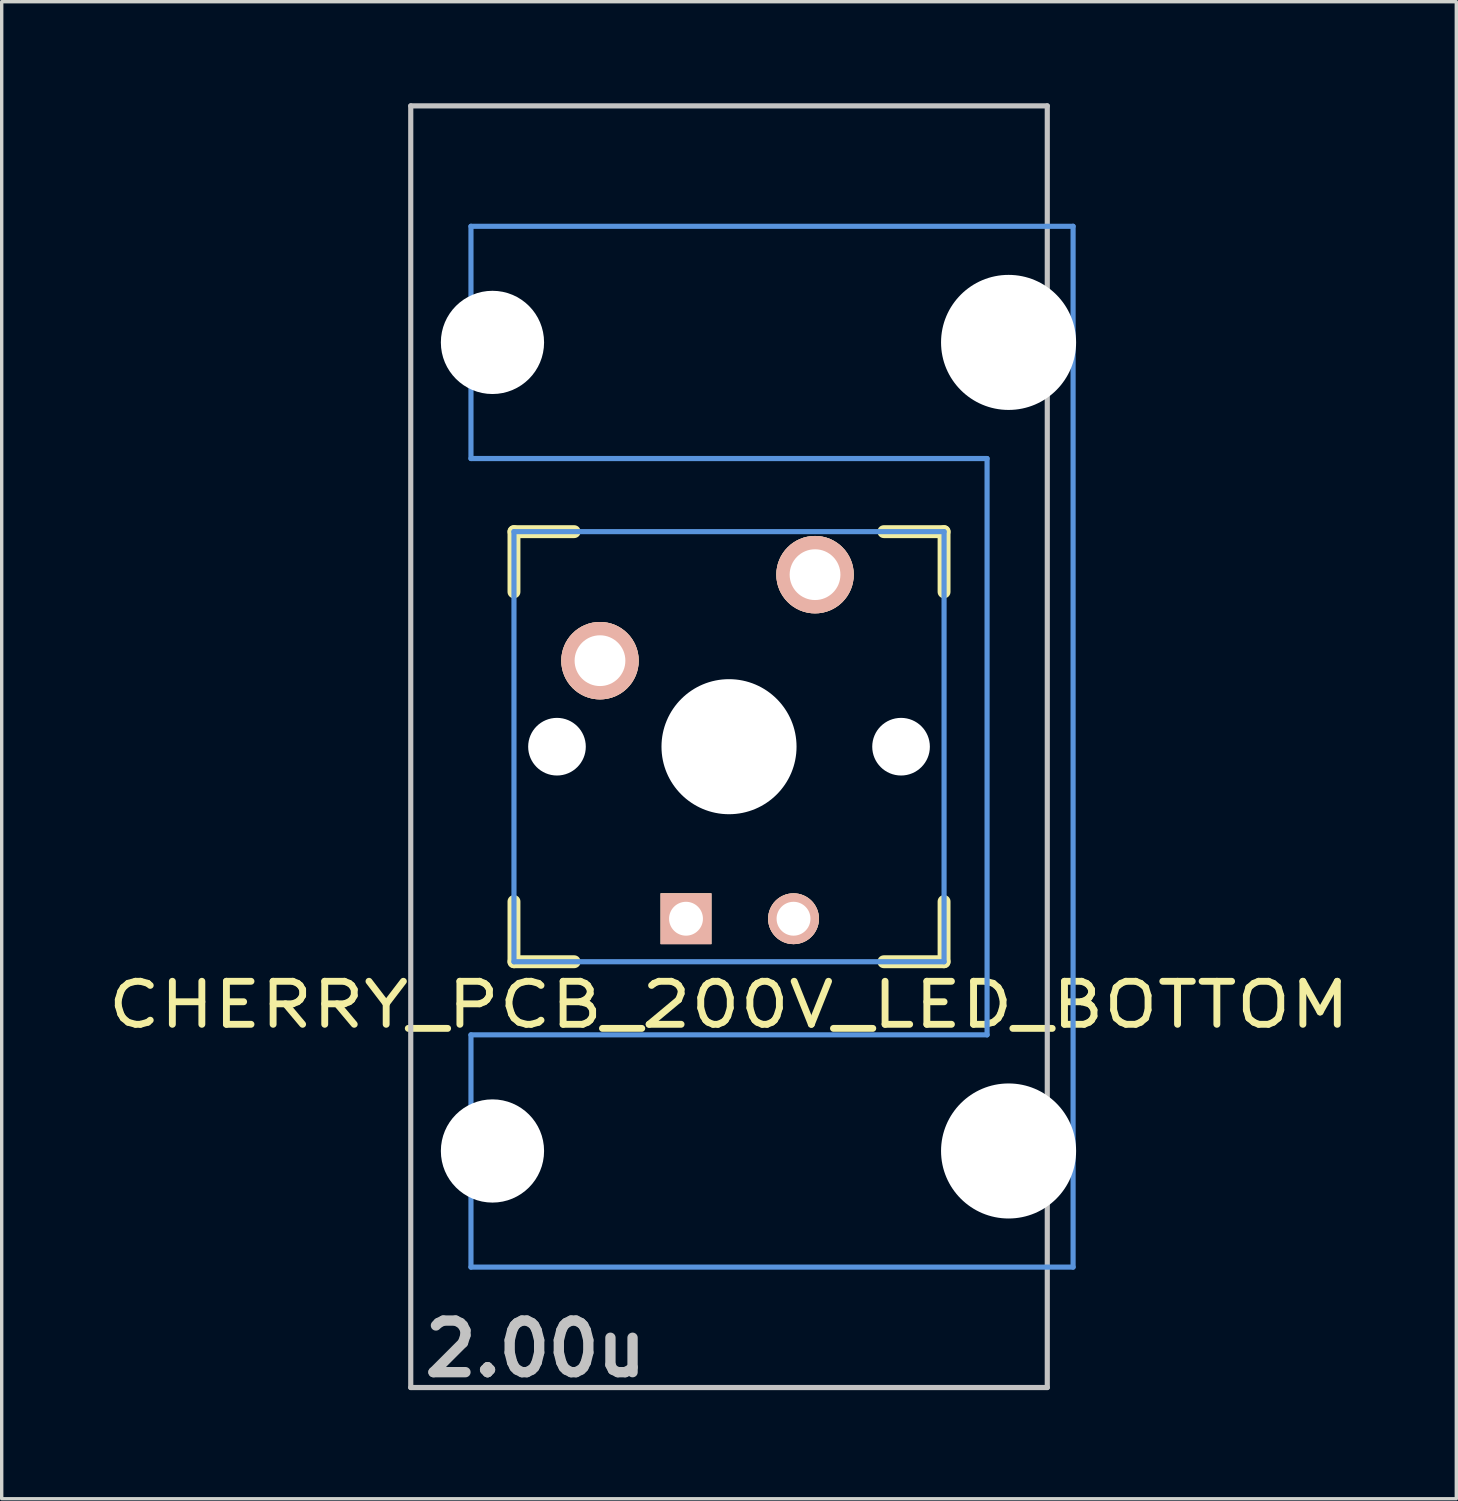
<source format=kicad_pcb>
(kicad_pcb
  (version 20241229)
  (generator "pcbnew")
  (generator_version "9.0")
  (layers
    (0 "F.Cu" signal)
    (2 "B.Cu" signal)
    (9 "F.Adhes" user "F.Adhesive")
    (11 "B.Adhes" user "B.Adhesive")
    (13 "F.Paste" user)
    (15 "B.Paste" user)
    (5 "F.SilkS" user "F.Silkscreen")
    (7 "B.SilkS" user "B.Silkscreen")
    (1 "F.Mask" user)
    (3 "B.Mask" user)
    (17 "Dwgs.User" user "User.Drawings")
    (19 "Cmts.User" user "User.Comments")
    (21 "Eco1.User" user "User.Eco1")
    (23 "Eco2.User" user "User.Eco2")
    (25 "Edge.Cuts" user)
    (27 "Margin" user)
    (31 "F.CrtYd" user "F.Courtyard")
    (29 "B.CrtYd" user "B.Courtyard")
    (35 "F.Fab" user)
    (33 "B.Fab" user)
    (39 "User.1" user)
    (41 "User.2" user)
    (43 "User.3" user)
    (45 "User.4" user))
  (footprint "CHERRY_PCB_200V_LED_BOTTOM"
    (layer "F.Cu")
    (at 18.477 18.999)
    (property "Reference" "CHERRY_PCB_200V_LED_BOTTOM" (at 0 7.62 180) (layer "F.SilkS") (effects (font (size 1.27 1.524) (thickness 0.203))))
    (attr through_hole)
    (fp_line (start -6.35 -6.35) (end -4.572 -6.35) (stroke (width 0.381) (type solid)) (layer "F.SilkS"))
    (fp_line (start -6.35 -4.572) (end -6.35 -6.35) (stroke (width 0.381) (type solid)) (layer "F.SilkS"))
    (fp_line (start -6.35 6.35) (end -6.35 4.572) (stroke (width 0.381) (type solid)) (layer "F.SilkS"))
    (fp_line (start -4.572 6.35) (end -6.35 6.35) (stroke (width 0.381) (type solid)) (layer "F.SilkS"))
    (fp_line (start 4.572 -6.35) (end 6.35 -6.35) (stroke (width 0.381) (type solid)) (layer "F.SilkS"))
    (fp_line (start 6.35 -6.35) (end 6.35 -4.572) (stroke (width 0.381) (type solid)) (layer "F.SilkS"))
    (fp_line (start 6.35 4.572) (end 6.35 6.35) (stroke (width 0.381) (type solid)) (layer "F.SilkS"))
    (fp_line (start 6.35 6.35) (end 4.572 6.35) (stroke (width 0.381) (type solid)) (layer "F.SilkS"))
    (fp_line (start -9.398 -18.923) (end 9.398 -18.923) (stroke (width 0.152) (type solid)) (layer "Dwgs.User"))
    (fp_line (start -9.398 18.923) (end -9.398 -18.923) (stroke (width 0.152) (type solid)) (layer "Dwgs.User"))
    (fp_line (start 9.398 -18.923) (end 9.398 18.923) (stroke (width 0.152) (type solid)) (layer "Dwgs.User"))
    (fp_line (start 9.398 18.923) (end -9.398 18.923) (stroke (width 0.152) (type solid)) (layer "Dwgs.User"))
    (fp_line (start -7.62 -15.367) (end -7.62 -8.509) (stroke (width 0.152) (type solid)) (layer "Cmts.User"))
    (fp_line (start -7.62 -8.509) (end 7.62 -8.509) (stroke (width 0.152) (type solid)) (layer "Cmts.User"))
    (fp_line (start -7.62 8.509) (end -7.62 15.367) (stroke (width 0.152) (type solid)) (layer "Cmts.User"))
    (fp_line (start -7.62 15.367) (end 10.16 15.367) (stroke (width 0.152) (type solid)) (layer "Cmts.User"))
    (fp_line (start -6.35 -6.35) (end 6.35 -6.35) (stroke (width 0.152) (type solid)) (layer "Cmts.User"))
    (fp_line (start -6.35 6.35) (end -6.35 -6.35) (stroke (width 0.152) (type solid)) (layer "Cmts.User"))
    (fp_line (start 6.35 -6.35) (end 6.35 6.35) (stroke (width 0.152) (type solid)) (layer "Cmts.User"))
    (fp_line (start 6.35 6.35) (end -6.35 6.35) (stroke (width 0.152) (type solid)) (layer "Cmts.User"))
    (fp_line (start 7.62 -8.509) (end 7.62 8.509) (stroke (width 0.152) (type solid)) (layer "Cmts.User"))
    (fp_line (start 7.62 8.509) (end -7.62 8.509) (stroke (width 0.152) (type solid)) (layer "Cmts.User"))
    (fp_line (start 10.16 -15.367) (end -7.62 -15.367) (stroke (width 0.152) (type solid)) (layer "Cmts.User"))
    (fp_line (start 10.16 15.367) (end 10.16 -15.367) (stroke (width 0.152) (type solid)) (layer "Cmts.User"))
    (fp_line (start -6.985 -6.985) (end -4.877 -6.985) (stroke (width 0.152) (type solid)) (layer "Eco2.User"))
    (fp_line (start -6.985 6.985) (end -6.985 -6.985) (stroke (width 0.152) (type solid)) (layer "Eco2.User"))
    (fp_line (start -5.69 -15.265) (end -2.286 -15.265) (stroke (width 0.152) (type solid)) (layer "Eco2.User"))
    (fp_line (start -5.69 -8.611) (end -5.69 -15.265) (stroke (width 0.152) (type solid)) (layer "Eco2.User"))
    (fp_line (start -5.69 8.611) (end -4.877 8.611) (stroke (width 0.152) (type solid)) (layer "Eco2.User"))
    (fp_line (start -5.69 15.265) (end -5.69 8.611) (stroke (width 0.152) (type solid)) (layer "Eco2.User"))
    (fp_line (start -4.877 -8.611) (end -5.69 -8.611) (stroke (width 0.152) (type solid)) (layer "Eco2.User"))
    (fp_line (start -4.877 -6.985) (end -4.877 -8.611) (stroke (width 0.152) (type solid)) (layer "Eco2.User"))
    (fp_line (start -4.877 6.985) (end -6.985 6.985) (stroke (width 0.152) (type solid)) (layer "Eco2.User"))
    (fp_line (start -4.877 8.611) (end -4.877 6.985) (stroke (width 0.152) (type solid)) (layer "Eco2.User"))
    (fp_line (start -2.286 -16.129) (end 0.508 -16.129) (stroke (width 0.152) (type solid)) (layer "Eco2.User"))
    (fp_line (start -2.286 -15.265) (end -2.286 -16.129) (stroke (width 0.152) (type solid)) (layer "Eco2.User"))
    (fp_line (start -2.286 15.265) (end -5.69 15.265) (stroke (width 0.152) (type solid)) (layer "Eco2.User"))
    (fp_line (start -2.286 16.129) (end -2.286 15.265) (stroke (width 0.152) (type solid)) (layer "Eco2.User"))
    (fp_line (start 0.508 -16.129) (end 0.508 -15.265) (stroke (width 0.152) (type solid)) (layer "Eco2.User"))
    (fp_line (start 0.508 -15.265) (end 6.604 -15.265) (stroke (width 0.152) (type solid)) (layer "Eco2.User"))
    (fp_line (start 0.508 15.265) (end 0.508 16.129) (stroke (width 0.152) (type solid)) (layer "Eco2.User"))
    (fp_line (start 0.508 16.129) (end -2.286 16.129) (stroke (width 0.152) (type solid)) (layer "Eco2.User"))
    (fp_line (start 5.817 -8.611) (end 5.817 -6.985) (stroke (width 0.152) (type solid)) (layer "Eco2.User"))
    (fp_line (start 5.817 -6.985) (end 6.985 -6.985) (stroke (width 0.152) (type solid)) (layer "Eco2.User"))
    (fp_line (start 5.817 6.985) (end 5.817 8.611) (stroke (width 0.152) (type solid)) (layer "Eco2.User"))
    (fp_line (start 5.817 8.611) (end 6.604 8.611) (stroke (width 0.152) (type solid)) (layer "Eco2.User"))
    (fp_line (start 6.604 -15.265) (end 6.604 -14.224) (stroke (width 0.152) (type solid)) (layer "Eco2.User"))
    (fp_line (start 6.604 -14.224) (end 7.772 -14.224) (stroke (width 0.152) (type solid)) (layer "Eco2.User"))
    (fp_line (start 6.604 -9.652) (end 6.604 -8.611) (stroke (width 0.152) (type solid)) (layer "Eco2.User"))
    (fp_line (start 6.604 -8.611) (end 5.817 -8.611) (stroke (width 0.152) (type solid)) (layer "Eco2.User"))
    (fp_line (start 6.604 8.611) (end 6.604 9.652) (stroke (width 0.152) (type solid)) (layer "Eco2.User"))
    (fp_line (start 6.604 9.652) (end 7.772 9.652) (stroke (width 0.152) (type solid)) (layer "Eco2.User"))
    (fp_line (start 6.604 14.224) (end 6.604 15.265) (stroke (width 0.152) (type solid)) (layer "Eco2.User"))
    (fp_line (start 6.604 15.265) (end 0.508 15.265) (stroke (width 0.152) (type solid)) (layer "Eco2.User"))
    (fp_line (start 6.985 -6.985) (end 6.985 6.985) (stroke (width 0.152) (type solid)) (layer "Eco2.User"))
    (fp_line (start 6.985 6.985) (end 5.817 6.985) (stroke (width 0.152) (type solid)) (layer "Eco2.User"))
    (fp_line (start 7.772 -14.224) (end 7.772 -9.652) (stroke (width 0.152) (type solid)) (layer "Eco2.User"))
    (fp_line (start 7.772 -9.652) (end 6.604 -9.652) (stroke (width 0.152) (type solid)) (layer "Eco2.User"))
    (fp_line (start 7.772 9.652) (end 7.772 14.224) (stroke (width 0.152) (type solid)) (layer "Eco2.User"))
    (fp_line (start 7.772 14.224) (end 6.604 14.224) (stroke (width 0.152) (type solid)) (layer "Eco2.User"))
    (fp_text user "2.00u" (at -5.715 17.78 0) (layer "Dwgs.User") (effects (font (size 1.524 1.524) (thickness 0.305))))
    (pad "" np_thru_hole circle (at -6.985 -11.938 90) (size 3.048 3.048) (drill 3.048) (layers "*.Cu"))
    (pad "" np_thru_hole circle (at -6.985 11.938 90) (size 3.048 3.048) (drill 3.048) (layers "*.Cu"))
    (pad "" np_thru_hole circle (at -5.08 0) (size 1.702 1.702) (drill 1.702) (layers "*.Cu"))
    (pad "" np_thru_hole circle (at 0 0) (size 3.988 3.988) (drill 3.988) (layers "*.Cu"))
    (pad "" np_thru_hole circle (at 5.08 0) (size 1.702 1.702) (drill 1.702) (layers "*.Cu"))
    (pad "" np_thru_hole circle (at 8.255 -11.938 90) (size 3.988 3.988) (drill 3.988) (layers "*.Cu"))
    (pad "" np_thru_hole circle (at 8.255 11.938 90) (size 3.988 3.988) (drill 3.988) (layers "*.Cu"))
    (pad "A" thru_hole circle (at 1.905 5.08) (size 1.5 1.5) (drill 1) (layers "*.Cu" "*.SilkS" "*.Mask"))
    (pad "K" thru_hole rect (at -1.27 5.08) (size 1.5 1.5) (drill 1) (layers "*.Cu" "*.SilkS" "*.Mask"))
    (pad "SW1" thru_hole circle (at -3.81 -2.54) (size 2.286 2.286) (drill 1.499) (layers "*.Cu" "*.SilkS" "*.Mask"))
    (pad "SW2" thru_hole circle (at 2.54 -5.08) (size 2.286 2.286) (drill 1.499) (layers "*.Cu" "*.SilkS" "*.Mask")))
  (gr_rect
    (start -3 -3)
    (end 39.953 41.206)
    (stroke (width 0.1) (type default))
    (fill no)
    (layer "Edge.Cuts")))
</source>
